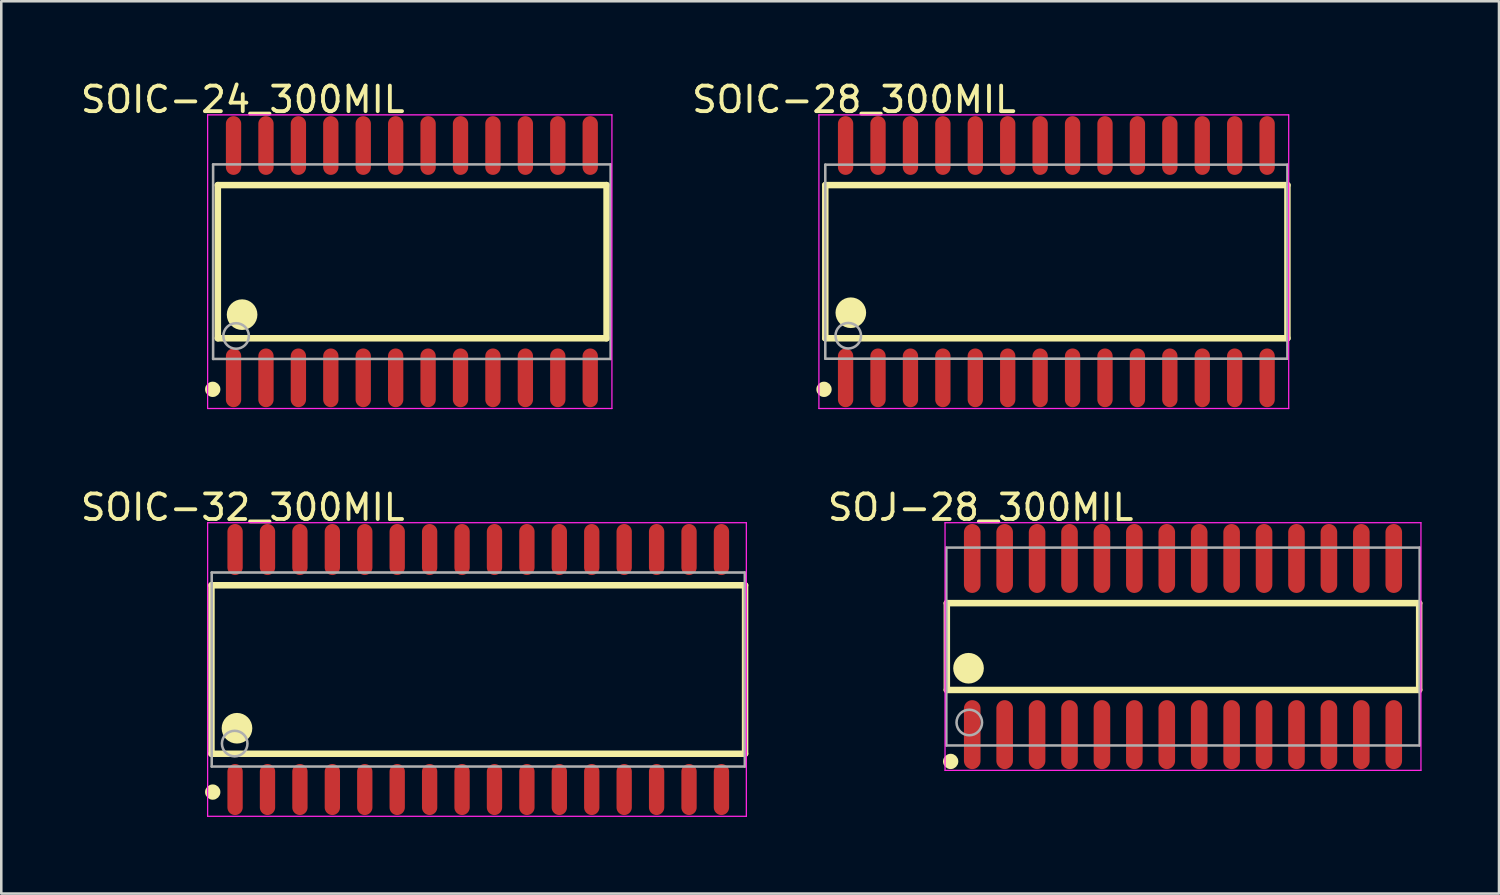
<source format=kicad_pcb>
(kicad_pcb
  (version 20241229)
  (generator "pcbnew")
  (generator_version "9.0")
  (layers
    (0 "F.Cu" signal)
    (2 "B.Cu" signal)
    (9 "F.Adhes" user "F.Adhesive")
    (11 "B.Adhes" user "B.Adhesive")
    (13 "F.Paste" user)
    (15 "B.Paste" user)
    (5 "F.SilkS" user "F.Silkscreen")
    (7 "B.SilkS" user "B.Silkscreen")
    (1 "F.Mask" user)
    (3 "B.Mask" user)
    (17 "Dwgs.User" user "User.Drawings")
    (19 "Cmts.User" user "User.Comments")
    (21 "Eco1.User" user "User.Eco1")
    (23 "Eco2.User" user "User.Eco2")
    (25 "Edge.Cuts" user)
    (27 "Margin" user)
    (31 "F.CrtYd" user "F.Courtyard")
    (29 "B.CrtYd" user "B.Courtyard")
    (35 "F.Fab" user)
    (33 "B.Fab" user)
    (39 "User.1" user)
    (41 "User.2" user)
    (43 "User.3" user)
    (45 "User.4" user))
  (footprint "SOIC-32_300MIL"
    (layer "F.Cu")
    (at 15.682 23.173)
    (property "Reference" "SOIC-32_300MIL" (at -9.224 -6.351 0) (layer "F.SilkS") (effects (font (size 1 1) (thickness 0.15))))
    (attr through_hole)
    (fp_line (start -10.45 -3.3) (end 10.45 -3.3) (stroke (width 0.254) (type solid)) (layer "F.SilkS"))
    (fp_line (start -10.45 3.3) (end -10.45 -3.3) (stroke (width 0.254) (type solid)) (layer "F.SilkS"))
    (fp_line (start -10.45 3.3) (end 10.45 3.3) (stroke (width 0.254) (type solid)) (layer "F.SilkS"))
    (fp_line (start 10.45 3.3) (end 10.45 -3.3) (stroke (width 0.254) (type solid)) (layer "F.SilkS"))
    (fp_circle (center -10.4 4.8) (end -10.25 4.8) (stroke (width 0.3) (type solid)) (fill no) (layer "F.SilkS"))
    (fp_circle (center -9.45 2.3) (end -9.15 2.3) (stroke (width 0.6) (type solid)) (fill no) (layer "F.SilkS"))
    (fp_line (start -10.6 -5.75) (end 10.5 -5.75) (stroke (width 0.05) (type solid)) (layer "F.CrtYd"))
    (fp_line (start -10.6 5.75) (end -10.6 -5.75) (stroke (width 0.05) (type solid)) (layer "F.CrtYd"))
    (fp_line (start 10.5 -5.75) (end 10.5 5.75) (stroke (width 0.05) (type solid)) (layer "F.CrtYd"))
    (fp_line (start 10.5 5.75) (end -10.6 5.75) (stroke (width 0.05) (type solid)) (layer "F.CrtYd"))
    (fp_line (start -10.44 -3.8) (end 10.44 -3.8) (stroke (width 0.1) (type solid)) (layer "F.Fab"))
    (fp_line (start -10.44 3.8) (end -10.44 -3.8) (stroke (width 0.1) (type solid)) (layer "F.Fab"))
    (fp_line (start -10.44 3.8) (end 10.44 3.8) (stroke (width 0.1) (type solid)) (layer "F.Fab"))
    (fp_line (start 10.44 3.8) (end 10.44 -3.8) (stroke (width 0.1) (type solid)) (layer "F.Fab"))
    (fp_circle (center -9.54 2.9) (end -9.04 2.9) (stroke (width 0.1) (type solid)) (fill no) (layer "F.Fab"))
    (pad "1" smd oval (at -9.525 4.7 180) (size 0.6 2) (layers "F.Cu" "F.Mask" "F.Paste"))
    (pad "2" smd oval (at -8.255 4.7 180) (size 0.6 2) (layers "F.Cu" "F.Mask" "F.Paste"))
    (pad "3" smd oval (at -6.985 4.7 180) (size 0.6 2) (layers "F.Cu" "F.Mask" "F.Paste"))
    (pad "4" smd oval (at -5.715 4.7 180) (size 0.6 2) (layers "F.Cu" "F.Mask" "F.Paste"))
    (pad "5" smd oval (at -4.445 4.7 180) (size 0.6 2) (layers "F.Cu" "F.Mask" "F.Paste"))
    (pad "6" smd oval (at -3.175 4.7 180) (size 0.6 2) (layers "F.Cu" "F.Mask" "F.Paste"))
    (pad "7" smd oval (at -1.905 4.7 180) (size 0.6 2) (layers "F.Cu" "F.Mask" "F.Paste"))
    (pad "8" smd oval (at -0.635 4.7 180) (size 0.6 2) (layers "F.Cu" "F.Mask" "F.Paste"))
    (pad "9" smd oval (at 0.635 4.7 180) (size 0.6 2) (layers "F.Cu" "F.Mask" "F.Paste"))
    (pad "10" smd oval (at 1.905 4.7 180) (size 0.6 2) (layers "F.Cu" "F.Mask" "F.Paste"))
    (pad "11" smd oval (at 3.175 4.7 180) (size 0.6 2) (layers "F.Cu" "F.Mask" "F.Paste"))
    (pad "12" smd oval (at 4.445 4.7 180) (size 0.6 2) (layers "F.Cu" "F.Mask" "F.Paste"))
    (pad "13" smd oval (at 5.715 4.7 180) (size 0.6 2) (layers "F.Cu" "F.Mask" "F.Paste"))
    (pad "14" smd oval (at 6.985 4.7 180) (size 0.6 2) (layers "F.Cu" "F.Mask" "F.Paste"))
    (pad "15" smd oval (at 8.255 4.7 180) (size 0.6 2) (layers "F.Cu" "F.Mask" "F.Paste"))
    (pad "16" smd oval (at 9.525 4.7 180) (size 0.6 2) (layers "F.Cu" "F.Mask" "F.Paste"))
    (pad "17" smd oval (at 9.525 -4.7 180) (size 0.6 2) (layers "F.Cu" "F.Mask" "F.Paste"))
    (pad "18" smd oval (at 8.255 -4.7 180) (size 0.6 2) (layers "F.Cu" "F.Mask" "F.Paste"))
    (pad "19" smd oval (at 6.985 -4.7 180) (size 0.6 2) (layers "F.Cu" "F.Mask" "F.Paste"))
    (pad "20" smd oval (at 5.715 -4.7 180) (size 0.6 2) (layers "F.Cu" "F.Mask" "F.Paste"))
    (pad "21" smd oval (at 4.445 -4.7 180) (size 0.6 2) (layers "F.Cu" "F.Mask" "F.Paste"))
    (pad "22" smd oval (at 3.175 -4.7 180) (size 0.6 2) (layers "F.Cu" "F.Mask" "F.Paste"))
    (pad "23" smd oval (at 1.905 -4.7 180) (size 0.6 2) (layers "F.Cu" "F.Mask" "F.Paste"))
    (pad "24" smd oval (at 0.635 -4.7 180) (size 0.6 2) (layers "F.Cu" "F.Mask" "F.Paste"))
    (pad "25" smd oval (at -0.635 -4.7 180) (size 0.6 2) (layers "F.Cu" "F.Mask" "F.Paste"))
    (pad "26" smd oval (at -1.905 -4.7 180) (size 0.6 2) (layers "F.Cu" "F.Mask" "F.Paste"))
    (pad "27" smd oval (at -3.175 -4.7 180) (size 0.6 2) (layers "F.Cu" "F.Mask" "F.Paste"))
    (pad "28" smd oval (at -4.445 -4.7 180) (size 0.6 2) (layers "F.Cu" "F.Mask" "F.Paste"))
    (pad "29" smd oval (at -5.715 -4.7 180) (size 0.6 2) (layers "F.Cu" "F.Mask" "F.Paste"))
    (pad "30" smd oval (at -6.985 -4.7 180) (size 0.6 2) (layers "F.Cu" "F.Mask" "F.Paste"))
    (pad "31" smd oval (at -8.255 -4.7 180) (size 0.6 2) (layers "F.Cu" "F.Mask" "F.Paste"))
    (pad "32" smd oval (at -9.525 -4.7 180) (size 0.6 2) (layers "F.Cu" "F.Mask" "F.Paste")))
  (footprint "SOIC-24_300MIL"
    (layer "F.Cu")
    (at 13.082 7.199)
    (property "Reference" "SOIC-24_300MIL" (at -6.624 -6.351 0) (layer "F.SilkS") (effects (font (size 1 1) (thickness 0.15))))
    (attr through_hole)
    (fp_line (start -7.6 -3) (end 7.625 -3) (stroke (width 0.254) (type solid)) (layer "F.SilkS"))
    (fp_line (start -7.6 3) (end -7.6 -3) (stroke (width 0.254) (type solid)) (layer "F.SilkS"))
    (fp_line (start -7.6 3) (end 7.625 3) (stroke (width 0.254) (type solid)) (layer "F.SilkS"))
    (fp_line (start 7.625 3) (end 7.625 -3) (stroke (width 0.254) (type solid)) (layer "F.SilkS"))
    (fp_circle (center -7.8 5) (end -7.65 5) (stroke (width 0.3) (type solid)) (fill no) (layer "F.SilkS"))
    (fp_circle (center -6.65 2.075) (end -6.35 2.075) (stroke (width 0.6) (type solid)) (fill no) (layer "F.SilkS"))
    (fp_line (start -8 -5.75) (end 7.835 -5.75) (stroke (width 0.05) (type solid)) (layer "F.CrtYd"))
    (fp_line (start -8 5.75) (end -8 -5.75) (stroke (width 0.05) (type solid)) (layer "F.CrtYd"))
    (fp_line (start 7.835 -5.75) (end 7.835 5.75) (stroke (width 0.05) (type solid)) (layer "F.CrtYd"))
    (fp_line (start 7.835 5.75) (end -8 5.75) (stroke (width 0.05) (type solid)) (layer "F.CrtYd"))
    (fp_line (start -7.785 -3.81) (end 7.785 -3.81) (stroke (width 0.1) (type solid)) (layer "F.Fab"))
    (fp_line (start -7.785 3.81) (end -7.785 -3.81) (stroke (width 0.1) (type solid)) (layer "F.Fab"))
    (fp_line (start -7.785 3.81) (end 7.785 3.81) (stroke (width 0.1) (type solid)) (layer "F.Fab"))
    (fp_line (start 7.785 3.81) (end 7.785 -3.81) (stroke (width 0.1) (type solid)) (layer "F.Fab"))
    (fp_circle (center -6.885 2.91) (end -6.385 2.91) (stroke (width 0.1) (type solid)) (fill no) (layer "F.Fab"))
    (pad "1" smd oval (at -6.985 4.55 180) (size 0.6 2.3) (layers "F.Cu" "F.Mask" "F.Paste"))
    (pad "2" smd oval (at -5.715 4.55 180) (size 0.6 2.3) (layers "F.Cu" "F.Mask" "F.Paste"))
    (pad "3" smd oval (at -4.445 4.55 180) (size 0.6 2.3) (layers "F.Cu" "F.Mask" "F.Paste"))
    (pad "4" smd oval (at -3.175 4.55 180) (size 0.6 2.3) (layers "F.Cu" "F.Mask" "F.Paste"))
    (pad "5" smd oval (at -1.905 4.55 180) (size 0.6 2.3) (layers "F.Cu" "F.Mask" "F.Paste"))
    (pad "6" smd oval (at -0.635 4.55 180) (size 0.6 2.3) (layers "F.Cu" "F.Mask" "F.Paste"))
    (pad "7" smd oval (at 0.635 4.55 180) (size 0.6 2.3) (layers "F.Cu" "F.Mask" "F.Paste"))
    (pad "8" smd oval (at 1.905 4.55 180) (size 0.6 2.3) (layers "F.Cu" "F.Mask" "F.Paste"))
    (pad "9" smd oval (at 3.175 4.55 180) (size 0.6 2.3) (layers "F.Cu" "F.Mask" "F.Paste"))
    (pad "10" smd oval (at 4.445 4.55 180) (size 0.6 2.3) (layers "F.Cu" "F.Mask" "F.Paste"))
    (pad "11" smd oval (at 5.715 4.55 180) (size 0.6 2.3) (layers "F.Cu" "F.Mask" "F.Paste"))
    (pad "12" smd oval (at 6.985 4.55 180) (size 0.6 2.3) (layers "F.Cu" "F.Mask" "F.Paste"))
    (pad "13" smd oval (at 6.985 -4.55 180) (size 0.6 2.3) (layers "F.Cu" "F.Mask" "F.Paste"))
    (pad "14" smd oval (at 5.715 -4.55 180) (size 0.6 2.3) (layers "F.Cu" "F.Mask" "F.Paste"))
    (pad "15" smd oval (at 4.445 -4.55 180) (size 0.6 2.3) (layers "F.Cu" "F.Mask" "F.Paste"))
    (pad "16" smd oval (at 3.175 -4.55 180) (size 0.6 2.3) (layers "F.Cu" "F.Mask" "F.Paste"))
    (pad "17" smd oval (at 1.905 -4.55 180) (size 0.6 2.3) (layers "F.Cu" "F.Mask" "F.Paste"))
    (pad "18" smd oval (at 0.635 -4.55 180) (size 0.6 2.3) (layers "F.Cu" "F.Mask" "F.Paste"))
    (pad "19" smd oval (at -0.635 -4.55 180) (size 0.6 2.3) (layers "F.Cu" "F.Mask" "F.Paste"))
    (pad "20" smd oval (at -1.905 -4.55 180) (size 0.6 2.3) (layers "F.Cu" "F.Mask" "F.Paste"))
    (pad "21" smd oval (at -3.175 -4.55 180) (size 0.6 2.3) (layers "F.Cu" "F.Mask" "F.Paste"))
    (pad "22" smd oval (at -4.445 -4.55 180) (size 0.6 2.3) (layers "F.Cu" "F.Mask" "F.Paste"))
    (pad "23" smd oval (at -5.715 -4.55 180) (size 0.6 2.3) (layers "F.Cu" "F.Mask" "F.Paste"))
    (pad "24" smd oval (at -6.985 -4.55 180) (size 0.6 2.3) (layers "F.Cu" "F.Mask" "F.Paste")))
  (footprint "SOIC-28_300MIL"
    (layer "F.Cu")
    (at 38.324 7.199)
    (property "Reference" "SOIC-28_300MIL" (at -7.924 -6.351 0) (layer "F.SilkS") (effects (font (size 1 1) (thickness 0.15))))
    (attr through_hole)
    (fp_line (start -9.05 -3) (end 9.05 -3) (stroke (width 0.254) (type solid)) (layer "F.SilkS"))
    (fp_line (start -9.05 3) (end -9.05 -3) (stroke (width 0.254) (type solid)) (layer "F.SilkS"))
    (fp_line (start -9.05 3) (end 9.05 3) (stroke (width 0.254) (type solid)) (layer "F.SilkS"))
    (fp_line (start 9.05 3) (end 9.05 -3) (stroke (width 0.254) (type solid)) (layer "F.SilkS"))
    (fp_circle (center -9.1 5) (end -8.95 5) (stroke (width 0.3) (type solid)) (fill no) (layer "F.SilkS"))
    (fp_circle (center -8.05 2) (end -7.75 2) (stroke (width 0.6) (type solid)) (fill no) (layer "F.SilkS"))
    (fp_line (start -9.3 -5.75) (end 9.1 -5.75) (stroke (width 0.05) (type solid)) (layer "F.CrtYd"))
    (fp_line (start -9.3 5.75) (end -9.3 -5.75) (stroke (width 0.05) (type solid)) (layer "F.CrtYd"))
    (fp_line (start 9.1 -5.75) (end 9.1 5.75) (stroke (width 0.05) (type solid)) (layer "F.CrtYd"))
    (fp_line (start 9.1 5.75) (end -9.3 5.75) (stroke (width 0.05) (type solid)) (layer "F.CrtYd"))
    (fp_line (start -9.05 -3.8) (end 9.05 -3.8) (stroke (width 0.1) (type solid)) (layer "F.Fab"))
    (fp_line (start -9.05 3.8) (end -9.05 -3.8) (stroke (width 0.1) (type solid)) (layer "F.Fab"))
    (fp_line (start -9.05 3.8) (end 9.05 3.8) (stroke (width 0.1) (type solid)) (layer "F.Fab"))
    (fp_line (start 9.05 3.8) (end 9.05 -3.8) (stroke (width 0.1) (type solid)) (layer "F.Fab"))
    (fp_circle (center -8.15 2.9) (end -7.65 2.9) (stroke (width 0.1) (type solid)) (fill no) (layer "F.Fab"))
    (pad "1" smd oval (at -8.255 4.55 180) (size 0.6 2.3) (layers "F.Cu" "F.Mask" "F.Paste"))
    (pad "2" smd oval (at -6.985 4.55 180) (size 0.6 2.3) (layers "F.Cu" "F.Mask" "F.Paste"))
    (pad "3" smd oval (at -5.715 4.55 180) (size 0.6 2.3) (layers "F.Cu" "F.Mask" "F.Paste"))
    (pad "4" smd oval (at -4.445 4.55 180) (size 0.6 2.3) (layers "F.Cu" "F.Mask" "F.Paste"))
    (pad "5" smd oval (at -3.175 4.55 180) (size 0.6 2.3) (layers "F.Cu" "F.Mask" "F.Paste"))
    (pad "6" smd oval (at -1.905 4.55 180) (size 0.6 2.3) (layers "F.Cu" "F.Mask" "F.Paste"))
    (pad "7" smd oval (at -0.635 4.55 180) (size 0.6 2.3) (layers "F.Cu" "F.Mask" "F.Paste"))
    (pad "8" smd oval (at 0.635 4.55 180) (size 0.6 2.3) (layers "F.Cu" "F.Mask" "F.Paste"))
    (pad "9" smd oval (at 1.905 4.55 180) (size 0.6 2.3) (layers "F.Cu" "F.Mask" "F.Paste"))
    (pad "10" smd oval (at 3.175 4.55 180) (size 0.6 2.3) (layers "F.Cu" "F.Mask" "F.Paste"))
    (pad "11" smd oval (at 4.445 4.55 180) (size 0.6 2.3) (layers "F.Cu" "F.Mask" "F.Paste"))
    (pad "12" smd oval (at 5.715 4.55 180) (size 0.6 2.3) (layers "F.Cu" "F.Mask" "F.Paste"))
    (pad "13" smd oval (at 6.985 4.55 180) (size 0.6 2.3) (layers "F.Cu" "F.Mask" "F.Paste"))
    (pad "14" smd oval (at 8.255 4.55 180) (size 0.6 2.3) (layers "F.Cu" "F.Mask" "F.Paste"))
    (pad "15" smd oval (at 8.255 -4.55 180) (size 0.6 2.3) (layers "F.Cu" "F.Mask" "F.Paste"))
    (pad "16" smd oval (at 6.985 -4.55 180) (size 0.6 2.3) (layers "F.Cu" "F.Mask" "F.Paste"))
    (pad "17" smd oval (at 5.715 -4.55 180) (size 0.6 2.3) (layers "F.Cu" "F.Mask" "F.Paste"))
    (pad "18" smd oval (at 4.445 -4.55 180) (size 0.6 2.3) (layers "F.Cu" "F.Mask" "F.Paste"))
    (pad "19" smd oval (at 3.175 -4.55 180) (size 0.6 2.3) (layers "F.Cu" "F.Mask" "F.Paste"))
    (pad "20" smd oval (at 1.905 -4.55 180) (size 0.6 2.3) (layers "F.Cu" "F.Mask" "F.Paste"))
    (pad "21" smd oval (at 0.635 -4.55 180) (size 0.6 2.3) (layers "F.Cu" "F.Mask" "F.Paste"))
    (pad "22" smd oval (at -0.635 -4.55 180) (size 0.6 2.3) (layers "F.Cu" "F.Mask" "F.Paste"))
    (pad "23" smd oval (at -1.905 -4.55 180) (size 0.6 2.3) (layers "F.Cu" "F.Mask" "F.Paste"))
    (pad "24" smd oval (at -3.175 -4.55 180) (size 0.6 2.3) (layers "F.Cu" "F.Mask" "F.Paste"))
    (pad "25" smd oval (at -4.445 -4.55 180) (size 0.6 2.3) (layers "F.Cu" "F.Mask" "F.Paste"))
    (pad "26" smd oval (at -5.715 -4.55 180) (size 0.6 2.3) (layers "F.Cu" "F.Mask" "F.Paste"))
    (pad "27" smd oval (at -6.985 -4.55 180) (size 0.6 2.3) (layers "F.Cu" "F.Mask" "F.Paste"))
    (pad "28" smd oval (at -8.255 -4.55 180) (size 0.6 2.3) (layers "F.Cu" "F.Mask" "F.Paste")))
  (footprint "SOJ-28_300MIL"
    (layer "F.Cu")
    (at 43.284 22.273)
    (property "Reference" "SOJ-28_300MIL" (at -7.924 -5.451 0) (layer "F.SilkS") (effects (font (size 1 1) (thickness 0.15))))
    (attr through_hole)
    (fp_line (start -9.25 -1.7) (end 9.25 -1.7) (stroke (width 0.254) (type solid)) (layer "F.SilkS"))
    (fp_line (start -9.25 1.7) (end -9.25 -1.7) (stroke (width 0.254) (type solid)) (layer "F.SilkS"))
    (fp_line (start -9.25 1.7) (end 9.25 1.7) (stroke (width 0.254) (type solid)) (layer "F.SilkS"))
    (fp_line (start 9.25 1.7) (end 9.25 -1.7) (stroke (width 0.254) (type solid)) (layer "F.SilkS"))
    (fp_circle (center -9.1 4.5) (end -8.95 4.5) (stroke (width 0.3) (type solid)) (fill no) (layer "F.SilkS"))
    (fp_circle (center -8.4 0.85) (end -8.1 0.85) (stroke (width 0.6) (type solid)) (fill no) (layer "F.SilkS"))
    (fp_line (start -9.32 -4.85) (end 9.32 -4.85) (stroke (width 0.05) (type solid)) (layer "F.CrtYd"))
    (fp_line (start -9.32 4.85) (end -9.32 -4.85) (stroke (width 0.05) (type solid)) (layer "F.CrtYd"))
    (fp_line (start 9.32 -4.85) (end 9.32 4.85) (stroke (width 0.05) (type solid)) (layer "F.CrtYd"))
    (fp_line (start 9.32 4.85) (end -9.32 4.85) (stroke (width 0.05) (type solid)) (layer "F.CrtYd"))
    (fp_line (start -9.27 -3.875) (end 9.27 -3.875) (stroke (width 0.1) (type solid)) (layer "F.Fab"))
    (fp_line (start -9.27 3.875) (end -9.27 -3.875) (stroke (width 0.1) (type solid)) (layer "F.Fab"))
    (fp_line (start -9.27 3.875) (end 9.27 3.875) (stroke (width 0.1) (type solid)) (layer "F.Fab"))
    (fp_line (start 9.27 3.875) (end 9.27 -3.875) (stroke (width 0.1) (type solid)) (layer "F.Fab"))
    (fp_circle (center -8.37 2.975) (end -7.87 2.975) (stroke (width 0.1) (type solid)) (fill no) (layer "F.Fab"))
    (pad "1" smd oval (at -8.255 3.45 180) (size 0.65 2.7) (layers "F.Cu" "F.Mask" "F.Paste"))
    (pad "2" smd oval (at -6.985 3.45 180) (size 0.65 2.7) (layers "F.Cu" "F.Mask" "F.Paste"))
    (pad "3" smd oval (at -5.715 3.45 180) (size 0.65 2.7) (layers "F.Cu" "F.Mask" "F.Paste"))
    (pad "4" smd oval (at -4.445 3.45 180) (size 0.65 2.7) (layers "F.Cu" "F.Mask" "F.Paste"))
    (pad "5" smd oval (at -3.175 3.45 180) (size 0.65 2.7) (layers "F.Cu" "F.Mask" "F.Paste"))
    (pad "6" smd oval (at -1.905 3.45 180) (size 0.65 2.7) (layers "F.Cu" "F.Mask" "F.Paste"))
    (pad "7" smd oval (at -0.635 3.45 180) (size 0.65 2.7) (layers "F.Cu" "F.Mask" "F.Paste"))
    (pad "8" smd oval (at 0.635 3.45 180) (size 0.65 2.7) (layers "F.Cu" "F.Mask" "F.Paste"))
    (pad "9" smd oval (at 1.905 3.45 180) (size 0.65 2.7) (layers "F.Cu" "F.Mask" "F.Paste"))
    (pad "10" smd oval (at 3.175 3.45 180) (size 0.65 2.7) (layers "F.Cu" "F.Mask" "F.Paste"))
    (pad "11" smd oval (at 4.445 3.45 180) (size 0.65 2.7) (layers "F.Cu" "F.Mask" "F.Paste"))
    (pad "12" smd oval (at 5.715 3.45 180) (size 0.65 2.7) (layers "F.Cu" "F.Mask" "F.Paste"))
    (pad "13" smd oval (at 6.985 3.45 180) (size 0.65 2.7) (layers "F.Cu" "F.Mask" "F.Paste"))
    (pad "14" smd oval (at 8.255 3.45 180) (size 0.65 2.7) (layers "F.Cu" "F.Mask" "F.Paste"))
    (pad "15" smd oval (at 8.255 -3.45 180) (size 0.65 2.7) (layers "F.Cu" "F.Mask" "F.Paste"))
    (pad "16" smd oval (at 6.985 -3.45 180) (size 0.65 2.7) (layers "F.Cu" "F.Mask" "F.Paste"))
    (pad "17" smd oval (at 5.715 -3.45 180) (size 0.65 2.7) (layers "F.Cu" "F.Mask" "F.Paste"))
    (pad "18" smd oval (at 4.445 -3.45 180) (size 0.65 2.7) (layers "F.Cu" "F.Mask" "F.Paste"))
    (pad "19" smd oval (at 3.175 -3.45 180) (size 0.65 2.7) (layers "F.Cu" "F.Mask" "F.Paste"))
    (pad "20" smd oval (at 1.905 -3.45 180) (size 0.65 2.7) (layers "F.Cu" "F.Mask" "F.Paste"))
    (pad "21" smd oval (at 0.635 -3.45 180) (size 0.65 2.7) (layers "F.Cu" "F.Mask" "F.Paste"))
    (pad "22" smd oval (at -0.635 -3.45 180) (size 0.65 2.7) (layers "F.Cu" "F.Mask" "F.Paste"))
    (pad "23" smd oval (at -1.905 -3.45 180) (size 0.65 2.7) (layers "F.Cu" "F.Mask" "F.Paste"))
    (pad "24" smd oval (at -3.175 -3.45 180) (size 0.65 2.7) (layers "F.Cu" "F.Mask" "F.Paste"))
    (pad "25" smd oval (at -4.445 -3.45 180) (size 0.65 2.7) (layers "F.Cu" "F.Mask" "F.Paste"))
    (pad "26" smd oval (at -5.715 -3.45 180) (size 0.65 2.7) (layers "F.Cu" "F.Mask" "F.Paste"))
    (pad "27" smd oval (at -6.985 -3.45 180) (size 0.65 2.7) (layers "F.Cu" "F.Mask" "F.Paste"))
    (pad "28" smd oval (at -8.255 -3.45 180) (size 0.65 2.7) (layers "F.Cu" "F.Mask" "F.Paste")))
  (gr_rect
    (start -3 -3)
    (end 55.661 31.948)
    (stroke (width 0.1) (type default))
    (fill no)
    (layer "Edge.Cuts")))
</source>
